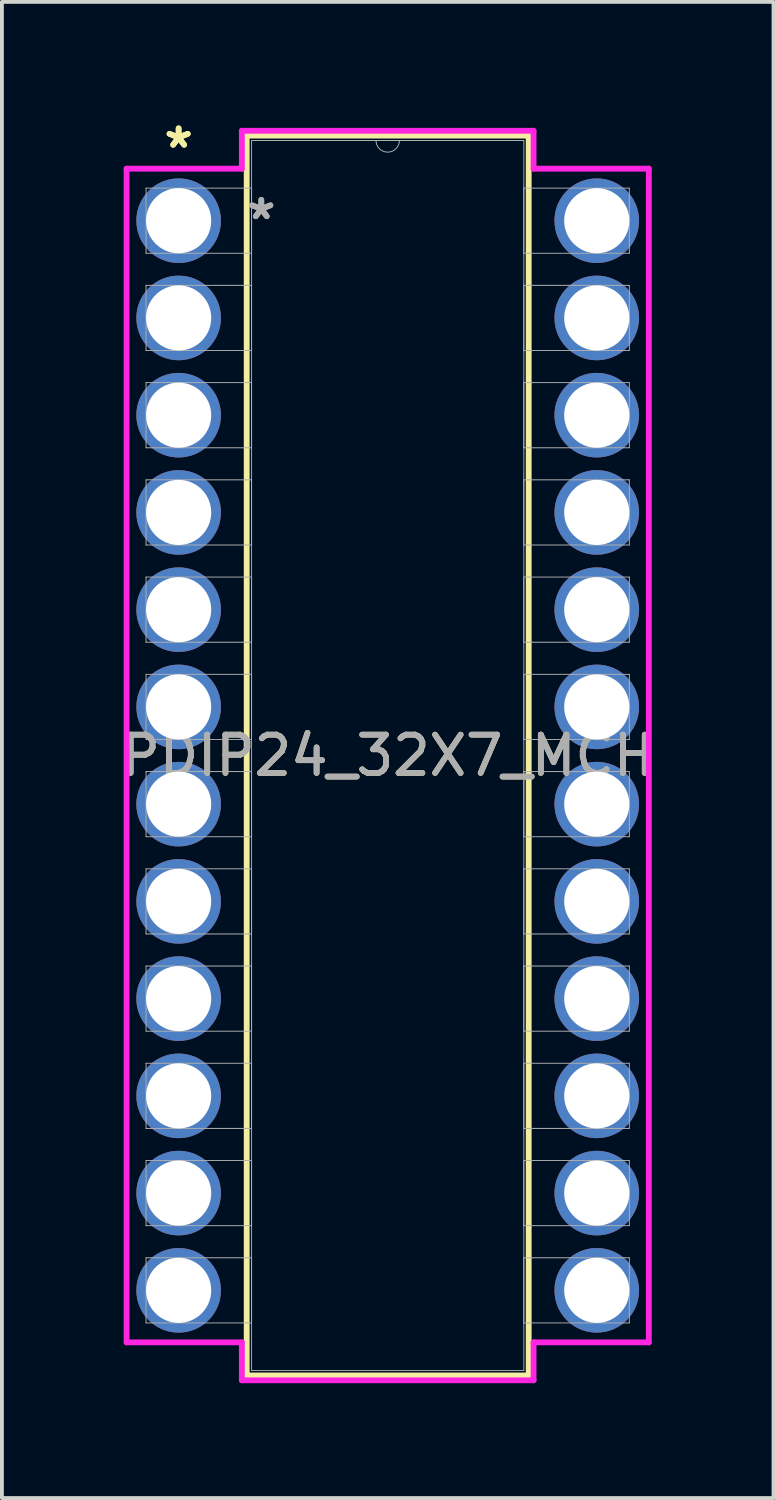
<source format=kicad_pcb>
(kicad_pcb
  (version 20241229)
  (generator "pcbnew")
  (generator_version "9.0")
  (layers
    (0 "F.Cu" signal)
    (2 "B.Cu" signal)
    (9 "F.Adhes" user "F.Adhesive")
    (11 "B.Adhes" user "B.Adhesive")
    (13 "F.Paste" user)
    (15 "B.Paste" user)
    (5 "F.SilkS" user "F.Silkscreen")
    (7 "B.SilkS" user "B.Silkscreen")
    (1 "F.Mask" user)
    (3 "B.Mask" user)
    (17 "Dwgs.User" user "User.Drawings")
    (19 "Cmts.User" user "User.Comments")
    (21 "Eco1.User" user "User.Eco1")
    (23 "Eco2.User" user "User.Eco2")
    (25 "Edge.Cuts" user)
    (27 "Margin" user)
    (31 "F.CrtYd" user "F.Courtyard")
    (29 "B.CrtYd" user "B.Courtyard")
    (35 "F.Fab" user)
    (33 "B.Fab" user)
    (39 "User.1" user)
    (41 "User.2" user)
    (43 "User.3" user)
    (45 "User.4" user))
  (footprint "PDIP24_32X7_MCH"
    (layer "F.Cu")
    (at 1.616 2.715)
    (property "Reference" "PDIP24_32X7_MCH" (at 5.461 13.97 0) (unlocked yes) (layer "F.SilkS") (effects (font (size 1 1) (thickness 0.15))))
    (attr through_hole)
    (fp_line (start 1.778 -2.223) (end 1.778 30.163) (stroke (width 0.152) (type solid)) (layer "F.SilkS"))
    (fp_line (start 1.778 30.163) (end 9.144 30.163) (stroke (width 0.152) (type solid)) (layer "F.SilkS"))
    (fp_line (start 9.144 -2.223) (end 1.778 -2.223) (stroke (width 0.152) (type solid)) (layer "F.SilkS"))
    (fp_line (start 9.144 30.163) (end 9.144 -2.223) (stroke (width 0.152) (type solid)) (layer "F.SilkS"))
    (fp_line (start -1.359 -1.359) (end 1.651 -1.359) (stroke (width 0.152) (type solid)) (layer "F.CrtYd"))
    (fp_line (start -1.359 29.299) (end -1.359 -1.359) (stroke (width 0.152) (type solid)) (layer "F.CrtYd"))
    (fp_line (start 1.651 -2.349) (end 9.271 -2.349) (stroke (width 0.152) (type solid)) (layer "F.CrtYd"))
    (fp_line (start 1.651 -1.359) (end 1.651 -2.349) (stroke (width 0.152) (type solid)) (layer "F.CrtYd"))
    (fp_line (start 1.651 29.299) (end -1.359 29.299) (stroke (width 0.152) (type solid)) (layer "F.CrtYd"))
    (fp_line (start 1.651 30.29) (end 1.651 29.299) (stroke (width 0.152) (type solid)) (layer "F.CrtYd"))
    (fp_line (start 9.271 -2.349) (end 9.271 -1.359) (stroke (width 0.152) (type solid)) (layer "F.CrtYd"))
    (fp_line (start 9.271 29.299) (end 9.271 30.29) (stroke (width 0.152) (type solid)) (layer "F.CrtYd"))
    (fp_line (start 9.271 30.29) (end 1.651 30.29) (stroke (width 0.152) (type solid)) (layer "F.CrtYd"))
    (fp_line (start 12.281 -1.359) (end 9.271 -1.359) (stroke (width 0.152) (type solid)) (layer "F.CrtYd"))
    (fp_line (start 12.281 -1.359) (end 12.281 29.299) (stroke (width 0.152) (type solid)) (layer "F.CrtYd"))
    (fp_line (start 12.281 29.299) (end 9.271 29.299) (stroke (width 0.152) (type solid)) (layer "F.CrtYd"))
    (fp_line (start -0.851 -0.851) (end -0.851 0.851) (stroke (width 0.025) (type solid)) (layer "F.Fab"))
    (fp_line (start -0.851 0.851) (end 1.905 0.851) (stroke (width 0.025) (type solid)) (layer "F.Fab"))
    (fp_line (start -0.851 1.689) (end -0.851 3.391) (stroke (width 0.025) (type solid)) (layer "F.Fab"))
    (fp_line (start -0.851 3.391) (end 1.905 3.391) (stroke (width 0.025) (type solid)) (layer "F.Fab"))
    (fp_line (start -0.851 4.229) (end -0.851 5.931) (stroke (width 0.025) (type solid)) (layer "F.Fab"))
    (fp_line (start -0.851 5.931) (end 1.905 5.931) (stroke (width 0.025) (type solid)) (layer "F.Fab"))
    (fp_line (start -0.851 6.769) (end -0.851 8.471) (stroke (width 0.025) (type solid)) (layer "F.Fab"))
    (fp_line (start -0.851 8.471) (end 1.905 8.471) (stroke (width 0.025) (type solid)) (layer "F.Fab"))
    (fp_line (start -0.851 9.309) (end -0.851 11.011) (stroke (width 0.025) (type solid)) (layer "F.Fab"))
    (fp_line (start -0.851 11.011) (end 1.905 11.011) (stroke (width 0.025) (type solid)) (layer "F.Fab"))
    (fp_line (start -0.851 11.849) (end -0.851 13.551) (stroke (width 0.025) (type solid)) (layer "F.Fab"))
    (fp_line (start -0.851 13.551) (end 1.905 13.551) (stroke (width 0.025) (type solid)) (layer "F.Fab"))
    (fp_line (start -0.851 14.389) (end -0.851 16.091) (stroke (width 0.025) (type solid)) (layer "F.Fab"))
    (fp_line (start -0.851 16.091) (end 1.905 16.091) (stroke (width 0.025) (type solid)) (layer "F.Fab"))
    (fp_line (start -0.851 16.929) (end -0.851 18.631) (stroke (width 0.025) (type solid)) (layer "F.Fab"))
    (fp_line (start -0.851 18.631) (end 1.905 18.631) (stroke (width 0.025) (type solid)) (layer "F.Fab"))
    (fp_line (start -0.851 19.469) (end -0.851 21.171) (stroke (width 0.025) (type solid)) (layer "F.Fab"))
    (fp_line (start -0.851 21.171) (end 1.905 21.171) (stroke (width 0.025) (type solid)) (layer "F.Fab"))
    (fp_line (start -0.851 22.009) (end -0.851 23.711) (stroke (width 0.025) (type solid)) (layer "F.Fab"))
    (fp_line (start -0.851 23.711) (end 1.905 23.711) (stroke (width 0.025) (type solid)) (layer "F.Fab"))
    (fp_line (start -0.851 24.549) (end -0.851 26.251) (stroke (width 0.025) (type solid)) (layer "F.Fab"))
    (fp_line (start -0.851 26.251) (end 1.905 26.251) (stroke (width 0.025) (type solid)) (layer "F.Fab"))
    (fp_line (start -0.851 27.089) (end -0.851 28.791) (stroke (width 0.025) (type solid)) (layer "F.Fab"))
    (fp_line (start -0.851 28.791) (end 1.905 28.791) (stroke (width 0.025) (type solid)) (layer "F.Fab"))
    (fp_line (start 1.905 -2.095) (end 1.905 30.035) (stroke (width 0.025) (type solid)) (layer "F.Fab"))
    (fp_line (start 1.905 -0.851) (end -0.851 -0.851) (stroke (width 0.025) (type solid)) (layer "F.Fab"))
    (fp_line (start 1.905 0.851) (end 1.905 -0.851) (stroke (width 0.025) (type solid)) (layer "F.Fab"))
    (fp_line (start 1.905 1.689) (end -0.851 1.689) (stroke (width 0.025) (type solid)) (layer "F.Fab"))
    (fp_line (start 1.905 3.391) (end 1.905 1.689) (stroke (width 0.025) (type solid)) (layer "F.Fab"))
    (fp_line (start 1.905 4.229) (end -0.851 4.229) (stroke (width 0.025) (type solid)) (layer "F.Fab"))
    (fp_line (start 1.905 5.931) (end 1.905 4.229) (stroke (width 0.025) (type solid)) (layer "F.Fab"))
    (fp_line (start 1.905 6.769) (end -0.851 6.769) (stroke (width 0.025) (type solid)) (layer "F.Fab"))
    (fp_line (start 1.905 8.471) (end 1.905 6.769) (stroke (width 0.025) (type solid)) (layer "F.Fab"))
    (fp_line (start 1.905 9.309) (end -0.851 9.309) (stroke (width 0.025) (type solid)) (layer "F.Fab"))
    (fp_line (start 1.905 11.011) (end 1.905 9.309) (stroke (width 0.025) (type solid)) (layer "F.Fab"))
    (fp_line (start 1.905 11.849) (end -0.851 11.849) (stroke (width 0.025) (type solid)) (layer "F.Fab"))
    (fp_line (start 1.905 13.551) (end 1.905 11.849) (stroke (width 0.025) (type solid)) (layer "F.Fab"))
    (fp_line (start 1.905 14.389) (end -0.851 14.389) (stroke (width 0.025) (type solid)) (layer "F.Fab"))
    (fp_line (start 1.905 16.091) (end 1.905 14.389) (stroke (width 0.025) (type solid)) (layer "F.Fab"))
    (fp_line (start 1.905 16.929) (end -0.851 16.929) (stroke (width 0.025) (type solid)) (layer "F.Fab"))
    (fp_line (start 1.905 18.631) (end 1.905 16.929) (stroke (width 0.025) (type solid)) (layer "F.Fab"))
    (fp_line (start 1.905 19.469) (end -0.851 19.469) (stroke (width 0.025) (type solid)) (layer "F.Fab"))
    (fp_line (start 1.905 21.171) (end 1.905 19.469) (stroke (width 0.025) (type solid)) (layer "F.Fab"))
    (fp_line (start 1.905 22.009) (end -0.851 22.009) (stroke (width 0.025) (type solid)) (layer "F.Fab"))
    (fp_line (start 1.905 23.711) (end 1.905 22.009) (stroke (width 0.025) (type solid)) (layer "F.Fab"))
    (fp_line (start 1.905 24.549) (end -0.851 24.549) (stroke (width 0.025) (type solid)) (layer "F.Fab"))
    (fp_line (start 1.905 26.251) (end 1.905 24.549) (stroke (width 0.025) (type solid)) (layer "F.Fab"))
    (fp_line (start 1.905 27.089) (end -0.851 27.089) (stroke (width 0.025) (type solid)) (layer "F.Fab"))
    (fp_line (start 1.905 28.791) (end 1.905 27.089) (stroke (width 0.025) (type solid)) (layer "F.Fab"))
    (fp_line (start 1.905 30.035) (end 9.017 30.035) (stroke (width 0.025) (type solid)) (layer "F.Fab"))
    (fp_line (start 9.017 -2.095) (end 1.905 -2.095) (stroke (width 0.025) (type solid)) (layer "F.Fab"))
    (fp_line (start 9.017 -0.851) (end 9.017 0.851) (stroke (width 0.025) (type solid)) (layer "F.Fab"))
    (fp_line (start 9.017 0.851) (end 11.773 0.851) (stroke (width 0.025) (type solid)) (layer "F.Fab"))
    (fp_line (start 9.017 1.689) (end 9.017 3.391) (stroke (width 0.025) (type solid)) (layer "F.Fab"))
    (fp_line (start 9.017 3.391) (end 11.773 3.391) (stroke (width 0.025) (type solid)) (layer "F.Fab"))
    (fp_line (start 9.017 4.229) (end 9.017 5.931) (stroke (width 0.025) (type solid)) (layer "F.Fab"))
    (fp_line (start 9.017 5.931) (end 11.773 5.931) (stroke (width 0.025) (type solid)) (layer "F.Fab"))
    (fp_line (start 9.017 6.769) (end 9.017 8.471) (stroke (width 0.025) (type solid)) (layer "F.Fab"))
    (fp_line (start 9.017 8.471) (end 11.773 8.471) (stroke (width 0.025) (type solid)) (layer "F.Fab"))
    (fp_line (start 9.017 9.309) (end 9.017 11.011) (stroke (width 0.025) (type solid)) (layer "F.Fab"))
    (fp_line (start 9.017 11.011) (end 11.773 11.011) (stroke (width 0.025) (type solid)) (layer "F.Fab"))
    (fp_line (start 9.017 11.849) (end 9.017 13.551) (stroke (width 0.025) (type solid)) (layer "F.Fab"))
    (fp_line (start 9.017 13.551) (end 11.773 13.551) (stroke (width 0.025) (type solid)) (layer "F.Fab"))
    (fp_line (start 9.017 14.389) (end 9.017 16.091) (stroke (width 0.025) (type solid)) (layer "F.Fab"))
    (fp_line (start 9.017 16.091) (end 11.773 16.091) (stroke (width 0.025) (type solid)) (layer "F.Fab"))
    (fp_line (start 9.017 16.929) (end 9.017 18.631) (stroke (width 0.025) (type solid)) (layer "F.Fab"))
    (fp_line (start 9.017 18.631) (end 11.773 18.631) (stroke (width 0.025) (type solid)) (layer "F.Fab"))
    (fp_line (start 9.017 19.469) (end 9.017 21.171) (stroke (width 0.025) (type solid)) (layer "F.Fab"))
    (fp_line (start 9.017 21.171) (end 11.773 21.171) (stroke (width 0.025) (type solid)) (layer "F.Fab"))
    (fp_line (start 9.017 22.009) (end 9.017 23.711) (stroke (width 0.025) (type solid)) (layer "F.Fab"))
    (fp_line (start 9.017 23.711) (end 11.773 23.711) (stroke (width 0.025) (type solid)) (layer "F.Fab"))
    (fp_line (start 9.017 24.549) (end 9.017 26.251) (stroke (width 0.025) (type solid)) (layer "F.Fab"))
    (fp_line (start 9.017 26.251) (end 11.773 26.251) (stroke (width 0.025) (type solid)) (layer "F.Fab"))
    (fp_line (start 9.017 27.089) (end 9.017 28.791) (stroke (width 0.025) (type solid)) (layer "F.Fab"))
    (fp_line (start 9.017 28.791) (end 11.773 28.791) (stroke (width 0.025) (type solid)) (layer "F.Fab"))
    (fp_line (start 9.017 30.035) (end 9.017 -2.095) (stroke (width 0.025) (type solid)) (layer "F.Fab"))
    (fp_line (start 11.773 -0.851) (end 9.017 -0.851) (stroke (width 0.025) (type solid)) (layer "F.Fab"))
    (fp_line (start 11.773 0.851) (end 11.773 -0.851) (stroke (width 0.025) (type solid)) (layer "F.Fab"))
    (fp_line (start 11.773 1.689) (end 9.017 1.689) (stroke (width 0.025) (type solid)) (layer "F.Fab"))
    (fp_line (start 11.773 3.391) (end 11.773 1.689) (stroke (width 0.025) (type solid)) (layer "F.Fab"))
    (fp_line (start 11.773 4.229) (end 9.017 4.229) (stroke (width 0.025) (type solid)) (layer "F.Fab"))
    (fp_line (start 11.773 5.931) (end 11.773 4.229) (stroke (width 0.025) (type solid)) (layer "F.Fab"))
    (fp_line (start 11.773 6.769) (end 9.017 6.769) (stroke (width 0.025) (type solid)) (layer "F.Fab"))
    (fp_line (start 11.773 8.471) (end 11.773 6.769) (stroke (width 0.025) (type solid)) (layer "F.Fab"))
    (fp_line (start 11.773 9.309) (end 9.017 9.309) (stroke (width 0.025) (type solid)) (layer "F.Fab"))
    (fp_line (start 11.773 11.011) (end 11.773 9.309) (stroke (width 0.025) (type solid)) (layer "F.Fab"))
    (fp_line (start 11.773 11.849) (end 9.017 11.849) (stroke (width 0.025) (type solid)) (layer "F.Fab"))
    (fp_line (start 11.773 13.551) (end 11.773 11.849) (stroke (width 0.025) (type solid)) (layer "F.Fab"))
    (fp_line (start 11.773 14.389) (end 9.017 14.389) (stroke (width 0.025) (type solid)) (layer "F.Fab"))
    (fp_line (start 11.773 16.091) (end 11.773 14.389) (stroke (width 0.025) (type solid)) (layer "F.Fab"))
    (fp_line (start 11.773 16.929) (end 9.017 16.929) (stroke (width 0.025) (type solid)) (layer "F.Fab"))
    (fp_line (start 11.773 18.631) (end 11.773 16.929) (stroke (width 0.025) (type solid)) (layer "F.Fab"))
    (fp_line (start 11.773 19.469) (end 9.017 19.469) (stroke (width 0.025) (type solid)) (layer "F.Fab"))
    (fp_line (start 11.773 21.171) (end 11.773 19.469) (stroke (width 0.025) (type solid)) (layer "F.Fab"))
    (fp_line (start 11.773 22.009) (end 9.017 22.009) (stroke (width 0.025) (type solid)) (layer "F.Fab"))
    (fp_line (start 11.773 23.711) (end 11.773 22.009) (stroke (width 0.025) (type solid)) (layer "F.Fab"))
    (fp_line (start 11.773 24.549) (end 9.017 24.549) (stroke (width 0.025) (type solid)) (layer "F.Fab"))
    (fp_line (start 11.773 26.251) (end 11.773 24.549) (stroke (width 0.025) (type solid)) (layer "F.Fab"))
    (fp_line (start 11.773 27.089) (end 9.017 27.089) (stroke (width 0.025) (type solid)) (layer "F.Fab"))
    (fp_line (start 11.773 28.791) (end 11.773 27.089) (stroke (width 0.025) (type solid)) (layer "F.Fab"))
    (fp_arc (start 5.7658 -2.0955) (mid 5.461 -1.7907) (end 5.1562 -2.0955) (stroke (width 0.0254) (type solid)) (layer "F.Fab"))
    (fp_text user "*" (at 0 -1.867 0) (layer "F.SilkS") (effects (font (size 1 1) (thickness 0.15))))
    (fp_text user "*" (at 0 -1.867 0) (unlocked yes) (layer "F.SilkS") (effects (font (size 1 1) (thickness 0.15))))
    (fp_text user "${REFERENCE}" (at 5.461 13.97 0) (unlocked yes) (layer "F.Fab") (effects (font (size 1 1) (thickness 0.15))))
    (fp_text user "*" (at 2.159 0 0) (unlocked yes) (layer "F.Fab") (effects (font (size 1 1) (thickness 0.15))))
    (fp_text user "*" (at 2.159 0 0) (layer "F.Fab") (effects (font (size 1 1) (thickness 0.15))))
    (pad "1" thru_hole circle (at 0 0) (size 2.21 2.21) (drill 1.702) (layers "*.Cu" "*.Mask"))
    (pad "2" thru_hole circle (at 0 2.54) (size 2.21 2.21) (drill 1.702) (layers "*.Cu" "*.Mask"))
    (pad "3" thru_hole circle (at 0 5.08) (size 2.21 2.21) (drill 1.702) (layers "*.Cu" "*.Mask"))
    (pad "4" thru_hole circle (at 0 7.62) (size 2.21 2.21) (drill 1.702) (layers "*.Cu" "*.Mask"))
    (pad "5" thru_hole circle (at 0 10.16) (size 2.21 2.21) (drill 1.702) (layers "*.Cu" "*.Mask"))
    (pad "6" thru_hole circle (at 0 12.7) (size 2.21 2.21) (drill 1.702) (layers "*.Cu" "*.Mask"))
    (pad "7" thru_hole circle (at 0 15.24) (size 2.21 2.21) (drill 1.702) (layers "*.Cu" "*.Mask"))
    (pad "8" thru_hole circle (at 0 17.78) (size 2.21 2.21) (drill 1.702) (layers "*.Cu" "*.Mask"))
    (pad "9" thru_hole circle (at 0 20.32) (size 2.21 2.21) (drill 1.702) (layers "*.Cu" "*.Mask"))
    (pad "10" thru_hole circle (at 0 22.86) (size 2.21 2.21) (drill 1.702) (layers "*.Cu" "*.Mask"))
    (pad "11" thru_hole circle (at 0 25.4) (size 2.21 2.21) (drill 1.702) (layers "*.Cu" "*.Mask"))
    (pad "12" thru_hole circle (at 0 27.94) (size 2.21 2.21) (drill 1.702) (layers "*.Cu" "*.Mask"))
    (pad "13" thru_hole circle (at 10.922 27.94) (size 2.21 2.21) (drill 1.702) (layers "*.Cu" "*.Mask"))
    (pad "14" thru_hole circle (at 10.922 25.4) (size 2.21 2.21) (drill 1.702) (layers "*.Cu" "*.Mask"))
    (pad "15" thru_hole circle (at 10.922 22.86) (size 2.21 2.21) (drill 1.702) (layers "*.Cu" "*.Mask"))
    (pad "16" thru_hole circle (at 10.922 20.32) (size 2.21 2.21) (drill 1.702) (layers "*.Cu" "*.Mask"))
    (pad "17" thru_hole circle (at 10.922 17.78) (size 2.21 2.21) (drill 1.702) (layers "*.Cu" "*.Mask"))
    (pad "18" thru_hole circle (at 10.922 15.24) (size 2.21 2.21) (drill 1.702) (layers "*.Cu" "*.Mask"))
    (pad "19" thru_hole circle (at 10.922 12.7) (size 2.21 2.21) (drill 1.702) (layers "*.Cu" "*.Mask"))
    (pad "20" thru_hole circle (at 10.922 10.16) (size 2.21 2.21) (drill 1.702) (layers "*.Cu" "*.Mask"))
    (pad "21" thru_hole circle (at 10.922 7.62) (size 2.21 2.21) (drill 1.702) (layers "*.Cu" "*.Mask"))
    (pad "22" thru_hole circle (at 10.922 5.08) (size 2.21 2.21) (drill 1.702) (layers "*.Cu" "*.Mask"))
    (pad "23" thru_hole circle (at 10.922 2.54) (size 2.21 2.21) (drill 1.702) (layers "*.Cu" "*.Mask"))
    (pad "24" thru_hole circle (at 10.922 0) (size 2.21 2.21) (drill 1.702) (layers "*.Cu" "*.Mask")))
  (gr_rect
    (start -3 -3)
    (end 17.155 36.081)
    (stroke (width 0.1) (type default))
    (fill no)
    (layer "Edge.Cuts")))
</source>
